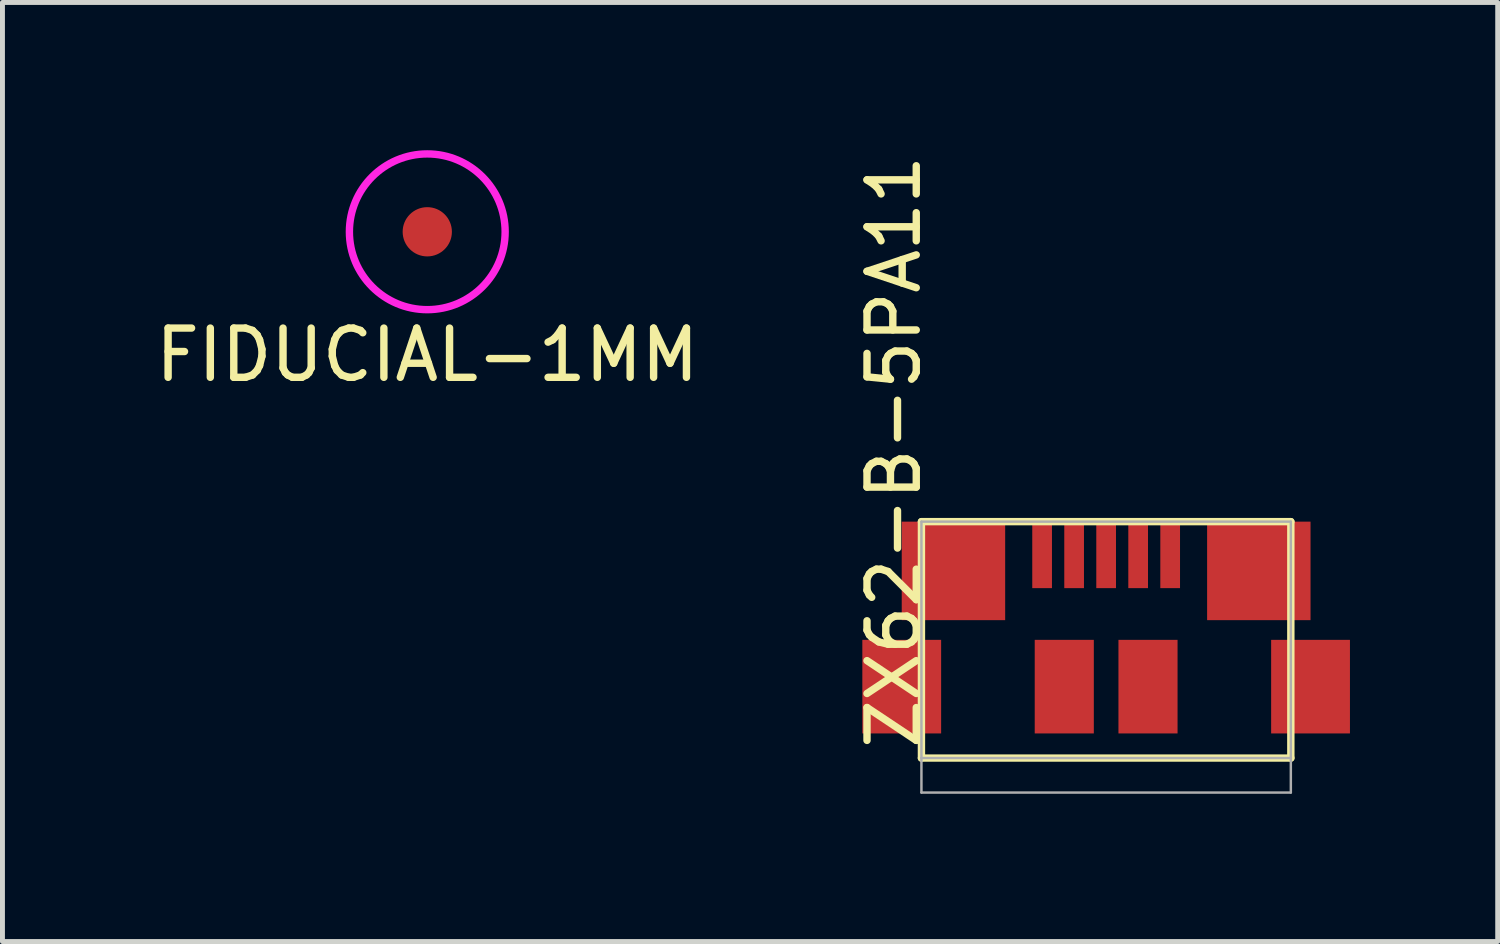
<source format=kicad_pcb>
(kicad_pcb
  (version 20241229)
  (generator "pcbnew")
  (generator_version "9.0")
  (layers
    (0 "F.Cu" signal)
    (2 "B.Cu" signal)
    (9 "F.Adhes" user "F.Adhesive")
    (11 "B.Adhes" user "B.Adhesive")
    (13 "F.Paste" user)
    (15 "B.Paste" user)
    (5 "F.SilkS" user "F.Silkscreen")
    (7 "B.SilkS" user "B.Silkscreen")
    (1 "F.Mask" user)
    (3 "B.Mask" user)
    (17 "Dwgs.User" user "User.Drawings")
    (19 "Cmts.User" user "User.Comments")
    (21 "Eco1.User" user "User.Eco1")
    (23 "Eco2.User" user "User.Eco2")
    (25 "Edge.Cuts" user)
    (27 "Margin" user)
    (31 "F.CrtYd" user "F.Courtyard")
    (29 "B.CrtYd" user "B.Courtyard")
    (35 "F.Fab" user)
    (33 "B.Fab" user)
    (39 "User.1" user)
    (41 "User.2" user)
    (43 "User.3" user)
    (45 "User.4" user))
  (footprint "FIDUCIAL-1MM"
    (layer "F.Cu")
    (at 5.625 1.656)
    (property "Reference" "FIDUCIAL-1MM" (at 0 2.5 0) (layer "F.SilkS") (effects (font (size 1 1) (thickness 0.15))))
    (attr smd)
    (fp_circle (center 0 0) (end 1.5 0.5) (stroke (width 0.15) (type solid)) (fill no) (layer "F.CrtYd"))
    (pad "1" smd circle (at 0 0) (size 1 1) (layers "F.Cu" "F.Mask")))
  (footprint "ZX62-B-5PA11"
    (layer "F.Cu")
    (at 19.408 10.891)
    (property "Reference" "ZX62-B-5PA11" (at -4.31 -4.766 90) (layer "F.SilkS") (effects (font (size 1 1) (thickness 0.15))))
    (attr smd)
    (fp_line (start -3.75 -3.35) (end 3.75 -3.35) (stroke (width 0.15) (type solid)) (layer "F.SilkS"))
    (fp_line (start -3.75 1.45) (end -3.75 -3.35) (stroke (width 0.15) (type solid)) (layer "F.SilkS"))
    (fp_line (start 3.75 -3.35) (end 3.75 1.45) (stroke (width 0.15) (type solid)) (layer "F.SilkS"))
    (fp_line (start 3.75 1.45) (end -3.75 1.45) (stroke (width 0.15) (type solid)) (layer "F.SilkS"))
    (fp_line (start -3.75 -3.35) (end -3.75 1.45) (stroke (width 0.05) (type solid)) (layer "F.Fab"))
    (fp_line (start -3.75 -3.35) (end 3.75 -3.35) (stroke (width 0.05) (type solid)) (layer "F.Fab"))
    (fp_line (start -3.75 2.15) (end -3.75 1.45) (stroke (width 0.05) (type solid)) (layer "F.Fab"))
    (fp_line (start 3.75 -3.35) (end 3.75 1.45) (stroke (width 0.05) (type solid)) (layer "F.Fab"))
    (fp_line (start 3.75 1.45) (end -3.75 1.45) (stroke (width 0.05) (type solid)) (layer "F.Fab"))
    (fp_line (start 3.75 1.45) (end 3.75 2.15) (stroke (width 0.05) (type solid)) (layer "F.Fab"))
    (fp_line (start 3.75 2.15) (end -3.75 2.15) (stroke (width 0.05) (type solid)) (layer "F.Fab"))
    (pad "1" smd rect (at -1.3 -2.675) (size 0.4 1.35) (layers "F.Cu" "F.Mask" "F.Paste"))
    (pad "2" smd rect (at -0.65 -2.675) (size 0.4 1.35) (layers "F.Cu" "F.Mask" "F.Paste"))
    (pad "3" smd rect (at 0 -2.675) (size 0.4 1.35) (layers "F.Cu" "F.Mask" "F.Paste"))
    (pad "4" smd rect (at 0.65 -2.675) (size 0.4 1.35) (layers "F.Cu" "F.Mask" "F.Paste"))
    (pad "5" smd rect (at 1.3 -2.675) (size 0.4 1.35) (layers "F.Cu" "F.Mask" "F.Paste"))
    (pad "6" smd rect (at -3.1 -2.35) (size 2.1 2) (layers "F.Cu" "F.Mask" "F.Paste"))
    (pad "7" smd rect (at 3.1 -2.35) (size 2.1 2) (layers "F.Cu" "F.Mask" "F.Paste"))
    (pad "8" smd rect (at -4.15 0) (size 1.6 1.9) (layers "F.Cu" "F.Mask" "F.Paste"))
    (pad "9" smd rect (at -0.85 0) (size 1.2 1.9) (layers "F.Cu" "F.Mask" "F.Paste"))
    (pad "10" smd rect (at 0.85 0) (size 1.2 1.9) (layers "F.Cu" "F.Mask" "F.Paste"))
    (pad "11" smd rect (at 4.15 0) (size 1.6 1.9) (layers "F.Cu" "F.Mask" "F.Paste")))
  (gr_rect
    (start -3 -3)
    (end 27.358 16.066)
    (stroke (width 0.1) (type default))
    (fill no)
    (layer "Edge.Cuts")))
</source>
